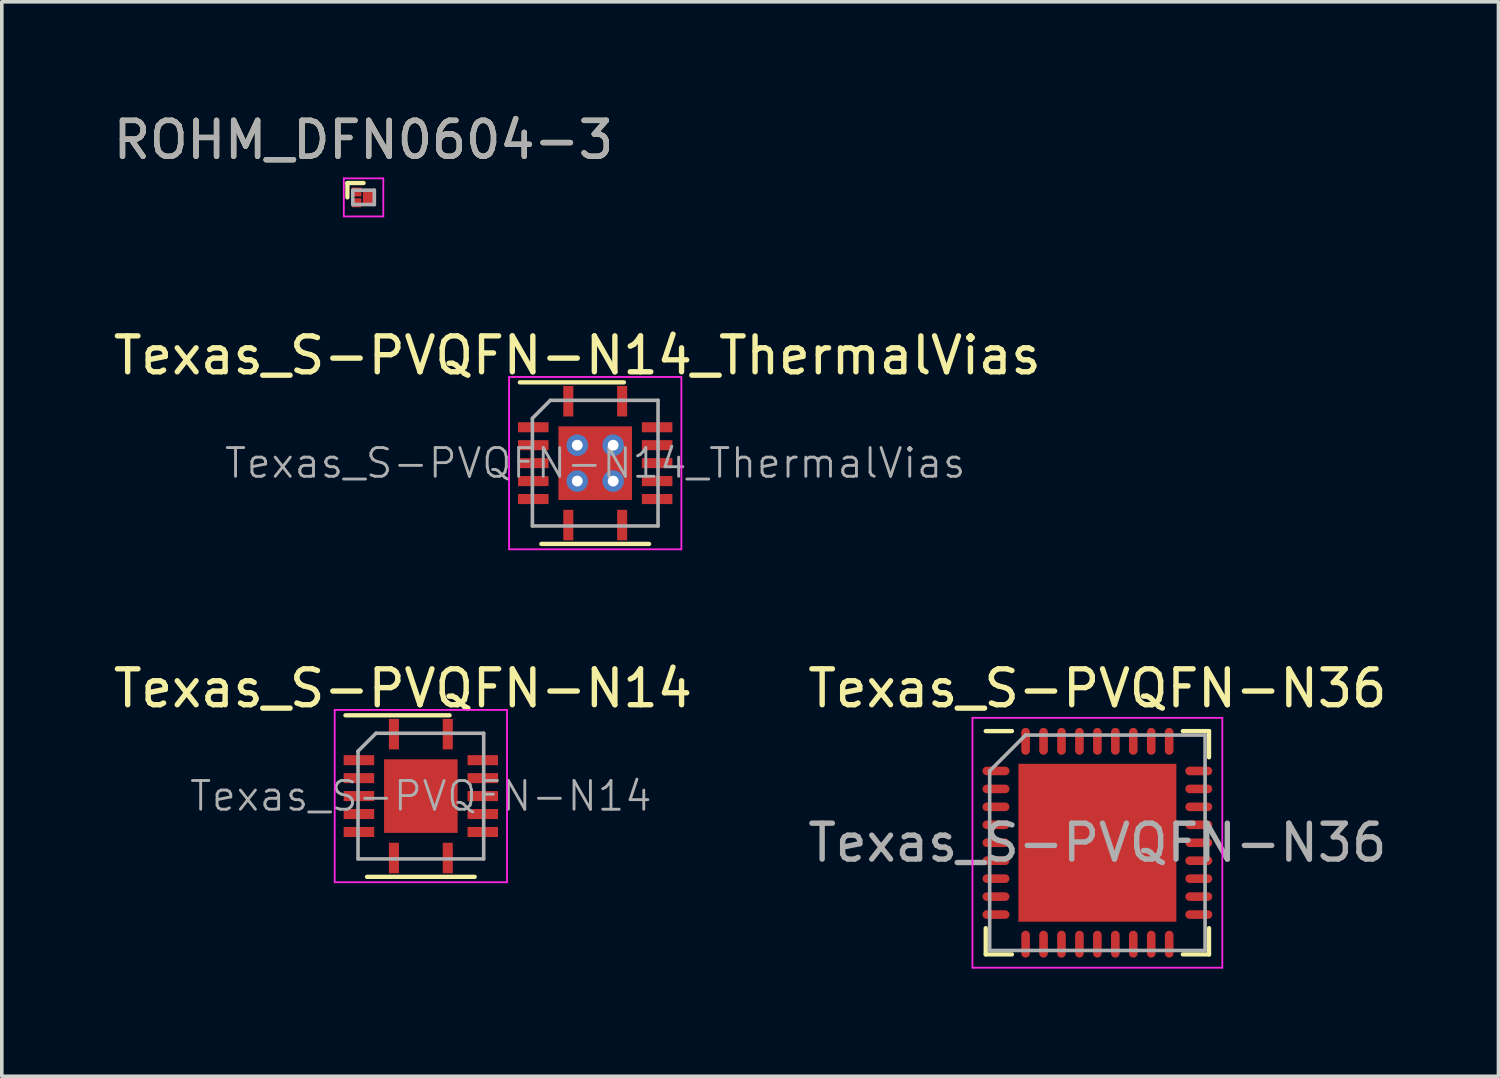
<source format=kicad_pcb>
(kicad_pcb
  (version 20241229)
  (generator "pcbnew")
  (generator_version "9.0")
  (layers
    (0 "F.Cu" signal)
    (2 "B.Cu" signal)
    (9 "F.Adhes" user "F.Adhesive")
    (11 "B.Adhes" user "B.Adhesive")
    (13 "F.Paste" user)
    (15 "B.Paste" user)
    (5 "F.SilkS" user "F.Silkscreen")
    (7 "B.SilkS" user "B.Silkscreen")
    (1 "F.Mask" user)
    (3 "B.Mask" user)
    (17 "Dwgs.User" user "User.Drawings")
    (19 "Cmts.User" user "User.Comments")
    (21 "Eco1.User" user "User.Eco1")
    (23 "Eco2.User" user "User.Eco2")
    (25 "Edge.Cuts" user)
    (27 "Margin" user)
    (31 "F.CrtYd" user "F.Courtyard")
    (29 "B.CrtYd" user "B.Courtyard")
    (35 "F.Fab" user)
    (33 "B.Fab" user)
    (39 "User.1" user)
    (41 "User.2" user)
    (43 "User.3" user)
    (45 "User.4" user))
  (footprint "Texas_S-PVQFN-N14_ThermalVias"
    (layer "F.Cu")
    (at 13.53 9.851)
    (property "Reference" "Texas_S-PVQFN-N14_ThermalVias" (at -0.5 -3 0) (layer "F.SilkS") (effects (font (size 1 1) (thickness 0.15))))
    (attr smd)
    (fp_line (start -1.5 2.25) (end 1.5 2.25) (stroke (width 0.12) (type solid)) (layer "F.SilkS"))
    (fp_line (start 0.8 -2.25) (end -2.1 -2.25) (stroke (width 0.12) (type solid)) (layer "F.SilkS"))
    (fp_line (start -2.4 -2.4) (end 2.4 -2.4) (stroke (width 0.05) (type solid)) (layer "F.CrtYd"))
    (fp_line (start -2.4 2.4) (end -2.4 -2.4) (stroke (width 0.05) (type solid)) (layer "F.CrtYd"))
    (fp_line (start 2.4 -2.4) (end 2.4 2.4) (stroke (width 0.05) (type solid)) (layer "F.CrtYd"))
    (fp_line (start 2.4 2.4) (end -2.4 2.4) (stroke (width 0.05) (type solid)) (layer "F.CrtYd"))
    (fp_line (start -1.75 1.75) (end -1.75 -1.25) (stroke (width 0.1) (type solid)) (layer "F.Fab"))
    (fp_line (start -1.25 -1.75) (end -1.75 -1.25) (stroke (width 0.1) (type solid)) (layer "F.Fab"))
    (fp_line (start -1.25 -1.75) (end 1.75 -1.75) (stroke (width 0.1) (type solid)) (layer "F.Fab"))
    (fp_line (start 1.75 -1.75) (end 1.75 1.75) (stroke (width 0.1) (type solid)) (layer "F.Fab"))
    (fp_line (start 1.75 1.75) (end -1.75 1.75) (stroke (width 0.1) (type solid)) (layer "F.Fab"))
    (fp_text user "${REFERENCE}" (at 0 0 0) (layer "F.Fab") (effects (font (size 0.8 0.8) (thickness 0.08))))
    (pad "" smd rect (at -0.56 -0.56 270) (size 0.82 0.82) (layers "F.Paste"))
    (pad "" smd rect (at -0.56 0.56 270) (size 0.82 0.82) (layers "F.Paste"))
    (pad "" smd rect (at 0.56 -0.56 270) (size 0.82 0.82) (layers "F.Paste"))
    (pad "" smd rect (at 0.56 0.56 270) (size 0.82 0.82) (layers "F.Paste"))
    (pad "1" smd rect (at -0.75 -1.725 270) (size 0.85 0.28) (layers "F.Cu" "F.Mask" "F.Paste"))
    (pad "2" smd rect (at -1.725 -1 270) (size 0.28 0.85) (layers "F.Cu" "F.Mask" "F.Paste"))
    (pad "3" smd rect (at -1.725 -0.5 270) (size 0.28 0.85) (layers "F.Cu" "F.Mask" "F.Paste"))
    (pad "4" smd rect (at -1.725 0 270) (size 0.28 0.85) (layers "F.Cu" "F.Mask" "F.Paste"))
    (pad "5" smd rect (at -1.725 0.5 270) (size 0.28 0.85) (layers "F.Cu" "F.Mask" "F.Paste"))
    (pad "6" smd rect (at -1.725 1 270) (size 0.28 0.85) (layers "F.Cu" "F.Mask" "F.Paste"))
    (pad "7" smd rect (at -0.75 1.725 270) (size 0.85 0.28) (layers "F.Cu" "F.Mask" "F.Paste"))
    (pad "8" smd rect (at 0.75 1.725 270) (size 0.85 0.28) (layers "F.Cu" "F.Mask" "F.Paste"))
    (pad "9" smd rect (at 1.725 1 270) (size 0.28 0.85) (layers "F.Cu" "F.Mask" "F.Paste"))
    (pad "10" smd rect (at 1.725 0.5 270) (size 0.28 0.85) (layers "F.Cu" "F.Mask" "F.Paste"))
    (pad "11" smd rect (at 1.725 0 270) (size 0.28 0.85) (layers "F.Cu" "F.Mask" "F.Paste"))
    (pad "12" smd rect (at 1.725 -0.5 270) (size 0.28 0.85) (layers "F.Cu" "F.Mask" "F.Paste"))
    (pad "13" smd rect (at 1.725 -1 270) (size 0.28 0.85) (layers "F.Cu" "F.Mask" "F.Paste"))
    (pad "14" smd rect (at 0.75 -1.725 270) (size 0.85 0.28) (layers "F.Cu" "F.Mask" "F.Paste"))
    (pad "15" thru_hole circle (at -0.5 -0.5 270) (size 0.6 0.6) (drill 0.3) (layers "*.Cu" "F.Mask"))
    (pad "15" thru_hole circle (at -0.5 0.5 270) (size 0.6 0.6) (drill 0.3) (layers "*.Cu" "F.Mask"))
    (pad "15" smd rect (at 0 0 270) (size 2.05 2.05) (layers "F.Cu" "F.Mask"))
    (pad "15" thru_hole circle (at 0.5 -0.5 270) (size 0.6 0.6) (drill 0.3) (layers "*.Cu" "F.Mask"))
    (pad "15" thru_hole circle (at 0.5 0.5 270) (size 0.6 0.6) (drill 0.3) (layers "*.Cu" "F.Mask")))
  (footprint "Texas_S-PVQFN-N14"
    (layer "F.Cu")
    (at 8.673 19.125)
    (property "Reference" "Texas_S-PVQFN-N14" (at -0.5 -3 0) (layer "F.SilkS") (effects (font (size 1 1) (thickness 0.15))))
    (attr smd)
    (fp_line (start -1.5 2.25) (end 1.5 2.25) (stroke (width 0.12) (type solid)) (layer "F.SilkS"))
    (fp_line (start 0.8 -2.25) (end -2.1 -2.25) (stroke (width 0.12) (type solid)) (layer "F.SilkS"))
    (fp_line (start -2.4 -2.4) (end 2.4 -2.4) (stroke (width 0.05) (type solid)) (layer "F.CrtYd"))
    (fp_line (start -2.4 2.4) (end -2.4 -2.4) (stroke (width 0.05) (type solid)) (layer "F.CrtYd"))
    (fp_line (start 2.4 -2.4) (end 2.4 2.4) (stroke (width 0.05) (type solid)) (layer "F.CrtYd"))
    (fp_line (start 2.4 2.4) (end -2.4 2.4) (stroke (width 0.05) (type solid)) (layer "F.CrtYd"))
    (fp_line (start -1.75 1.75) (end -1.75 -1.25) (stroke (width 0.1) (type solid)) (layer "F.Fab"))
    (fp_line (start -1.25 -1.75) (end -1.75 -1.25) (stroke (width 0.1) (type solid)) (layer "F.Fab"))
    (fp_line (start -1.25 -1.75) (end 1.75 -1.75) (stroke (width 0.1) (type solid)) (layer "F.Fab"))
    (fp_line (start 1.75 -1.75) (end 1.75 1.75) (stroke (width 0.1) (type solid)) (layer "F.Fab"))
    (fp_line (start 1.75 1.75) (end -1.75 1.75) (stroke (width 0.1) (type solid)) (layer "F.Fab"))
    (fp_text user "${REFERENCE}" (at 0 0 0) (layer "F.Fab") (effects (font (size 0.8 0.8) (thickness 0.08))))
    (pad "" smd rect (at -0.56 -0.56 270) (size 0.82 0.82) (layers "F.Paste"))
    (pad "" smd rect (at -0.56 0.56 270) (size 0.82 0.82) (layers "F.Paste"))
    (pad "" smd rect (at 0.56 -0.56 270) (size 0.82 0.82) (layers "F.Paste"))
    (pad "" smd rect (at 0.56 0.56 270) (size 0.82 0.82) (layers "F.Paste"))
    (pad "1" smd rect (at -0.75 -1.725 270) (size 0.85 0.28) (layers "F.Cu" "F.Mask" "F.Paste"))
    (pad "2" smd rect (at -1.725 -1 270) (size 0.28 0.85) (layers "F.Cu" "F.Mask" "F.Paste"))
    (pad "3" smd rect (at -1.725 -0.5 270) (size 0.28 0.85) (layers "F.Cu" "F.Mask" "F.Paste"))
    (pad "4" smd rect (at -1.725 0 270) (size 0.28 0.85) (layers "F.Cu" "F.Mask" "F.Paste"))
    (pad "5" smd rect (at -1.725 0.5 270) (size 0.28 0.85) (layers "F.Cu" "F.Mask" "F.Paste"))
    (pad "6" smd rect (at -1.725 1 270) (size 0.28 0.85) (layers "F.Cu" "F.Mask" "F.Paste"))
    (pad "7" smd rect (at -0.75 1.725 270) (size 0.85 0.28) (layers "F.Cu" "F.Mask" "F.Paste"))
    (pad "8" smd rect (at 0.75 1.725 270) (size 0.85 0.28) (layers "F.Cu" "F.Mask" "F.Paste"))
    (pad "9" smd rect (at 1.725 1 270) (size 0.28 0.85) (layers "F.Cu" "F.Mask" "F.Paste"))
    (pad "10" smd rect (at 1.725 0.5 270) (size 0.28 0.85) (layers "F.Cu" "F.Mask" "F.Paste"))
    (pad "11" smd rect (at 1.725 0 270) (size 0.28 0.85) (layers "F.Cu" "F.Mask" "F.Paste"))
    (pad "12" smd rect (at 1.725 -0.5 270) (size 0.28 0.85) (layers "F.Cu" "F.Mask" "F.Paste"))
    (pad "13" smd rect (at 1.725 -1 270) (size 0.28 0.85) (layers "F.Cu" "F.Mask" "F.Paste"))
    (pad "14" smd rect (at 0.75 -1.725 270) (size 0.85 0.28) (layers "F.Cu" "F.Mask" "F.Paste"))
    (pad "15" smd rect (at 0 0 270) (size 2.05 2.05) (layers "F.Cu" "F.Mask")))
  (footprint "ROHM_DFN0604-3"
    (layer "F.Cu")
    (at 7.077 2.448)
    (property "Reference" "ROHM_DFN0604-3" (at 0 -1.6 0) (layer "F.SilkS") (effects (font (size 1 1) (thickness 0.15))))
    (attr smd)
    (fp_line (start -0.45 -0.4) (end -0.45 0) (stroke (width 0.12) (type solid)) (layer "F.SilkS"))
    (fp_line (start -0.4 -0.4) (end -0.45 -0.4) (stroke (width 0.12) (type solid)) (layer "F.SilkS"))
    (fp_line (start 0 -0.4) (end -0.4 -0.4) (stroke (width 0.12) (type solid)) (layer "F.SilkS"))
    (fp_line (start -0.55 -0.53) (end 0.55 -0.53) (stroke (width 0.05) (type solid)) (layer "F.CrtYd"))
    (fp_line (start -0.55 0.53) (end -0.55 -0.53) (stroke (width 0.05) (type solid)) (layer "F.CrtYd"))
    (fp_line (start 0.55 -0.53) (end 0.55 0.53) (stroke (width 0.05) (type solid)) (layer "F.CrtYd"))
    (fp_line (start 0.55 0.53) (end -0.55 0.53) (stroke (width 0.05) (type solid)) (layer "F.CrtYd"))
    (fp_line (start -0.3 -0.2) (end 0.3 -0.2) (stroke (width 0.1) (type solid)) (layer "F.Fab"))
    (fp_line (start -0.3 0.2) (end -0.3 -0.2) (stroke (width 0.1) (type solid)) (layer "F.Fab"))
    (fp_line (start 0.3 -0.2) (end 0.3 0.2) (stroke (width 0.1) (type solid)) (layer "F.Fab"))
    (fp_line (start 0.3 0.2) (end -0.3 0.2) (stroke (width 0.1) (type solid)) (layer "F.Fab"))
    (fp_text user "${REFERENCE}" (at 0 -1.6 0) (layer "F.Fab") (effects (font (size 1 1) (thickness 0.15))))
    (pad "1" smd rect (at -0.195 -0.15 270) (size 0.25 0.27) (layers "F.Cu" "F.Mask" "F.Paste"))
    (pad "2" smd rect (at -0.195 0.15 270) (size 0.25 0.27) (layers "F.Cu" "F.Mask" "F.Paste"))
    (pad "3" smd rect (at 0.155 0 270) (size 0.35 0.35) (layers "F.Cu" "F.Mask" "F.Paste")))
  (footprint "Texas_S-PVQFN-N36"
    (layer "F.Cu")
    (at 27.518 20.425)
    (property "Reference" "Texas_S-PVQFN-N36" (at 0 -4.3 0) (layer "F.SilkS") (effects (font (size 1 1) (thickness 0.15))))
    (attr smd)
    (fp_line (start -3.11 3.11) (end -3.11 2.38) (stroke (width 0.12) (type solid)) (layer "F.SilkS"))
    (fp_line (start -3.11 3.11) (end -2.38 3.11) (stroke (width 0.12) (type solid)) (layer "F.SilkS"))
    (fp_line (start -2.38 -3.11) (end -3.11 -3.11) (stroke (width 0.12) (type solid)) (layer "F.SilkS"))
    (fp_line (start 3.11 -3.11) (end 2.38 -3.11) (stroke (width 0.12) (type solid)) (layer "F.SilkS"))
    (fp_line (start 3.11 -3.11) (end 3.11 -2.38) (stroke (width 0.12) (type solid)) (layer "F.SilkS"))
    (fp_line (start 3.11 3.11) (end 2.38 3.11) (stroke (width 0.12) (type solid)) (layer "F.SilkS"))
    (fp_line (start 3.11 3.11) (end 3.11 2.38) (stroke (width 0.12) (type solid)) (layer "F.SilkS"))
    (fp_line (start -3.48 -3.48) (end -3.48 3.48) (stroke (width 0.05) (type solid)) (layer "F.CrtYd"))
    (fp_line (start -3.48 -3.48) (end 3.48 -3.48) (stroke (width 0.05) (type solid)) (layer "F.CrtYd"))
    (fp_line (start -3.48 3.48) (end 3.48 3.48) (stroke (width 0.05) (type solid)) (layer "F.CrtYd"))
    (fp_line (start 3.48 -3.48) (end 3.48 3.48) (stroke (width 0.05) (type solid)) (layer "F.CrtYd"))
    (fp_line (start -3 -2) (end -2 -3) (stroke (width 0.1) (type solid)) (layer "F.Fab"))
    (fp_line (start -3 3) (end -3 -2) (stroke (width 0.1) (type solid)) (layer "F.Fab"))
    (fp_line (start -2 -3) (end 3 -3) (stroke (width 0.1) (type solid)) (layer "F.Fab"))
    (fp_line (start 3 -3) (end 3 3) (stroke (width 0.1) (type solid)) (layer "F.Fab"))
    (fp_line (start 3 3) (end -3 3) (stroke (width 0.1) (type solid)) (layer "F.Fab"))
    (fp_text user "${REFERENCE}" (at 0 0 0) (layer "F.Fab") (effects (font (size 1 1) (thickness 0.15))))
    (pad "" smd rect (at -1.43 -1.43) (size 1.23 1.23) (layers "F.Paste"))
    (pad "" smd rect (at -1.43 0) (size 1.23 1.23) (layers "F.Paste"))
    (pad "" smd rect (at -1.43 1.43) (size 1.23 1.23) (layers "F.Paste"))
    (pad "" smd rect (at 0 -1.43) (size 1.23 1.23) (layers "F.Paste"))
    (pad "" smd rect (at 0 0) (size 1.23 1.23) (layers "F.Paste"))
    (pad "" smd rect (at 0 1.43) (size 1.23 1.23) (layers "F.Paste"))
    (pad "" smd rect (at 1.43 -1.43) (size 1.23 1.23) (layers "F.Paste"))
    (pad "" smd rect (at 1.43 0) (size 1.23 1.23) (layers "F.Paste"))
    (pad "" smd rect (at 1.43 1.43) (size 1.23 1.23) (layers "F.Paste"))
    (pad "1" smd oval (at -2.825 -2) (size 0.75 0.24) (layers "F.Cu" "F.Mask" "F.Paste"))
    (pad "2" smd oval (at -2.825 -1.5) (size 0.75 0.24) (layers "F.Cu" "F.Mask" "F.Paste"))
    (pad "3" smd oval (at -2.825 -1) (size 0.75 0.24) (layers "F.Cu" "F.Mask" "F.Paste"))
    (pad "4" smd oval (at -2.825 -0.5) (size 0.75 0.24) (layers "F.Cu" "F.Mask" "F.Paste"))
    (pad "5" smd oval (at -2.825 0) (size 0.75 0.24) (layers "F.Cu" "F.Mask" "F.Paste"))
    (pad "6" smd oval (at -2.825 0.5) (size 0.75 0.24) (layers "F.Cu" "F.Mask" "F.Paste"))
    (pad "7" smd oval (at -2.825 1) (size 0.75 0.24) (layers "F.Cu" "F.Mask" "F.Paste"))
    (pad "8" smd oval (at -2.825 1.5) (size 0.75 0.24) (layers "F.Cu" "F.Mask" "F.Paste"))
    (pad "9" smd oval (at -2.825 2) (size 0.75 0.24) (layers "F.Cu" "F.Mask" "F.Paste"))
    (pad "10" smd oval (at -2 2.825 90) (size 0.75 0.24) (layers "F.Cu" "F.Mask" "F.Paste"))
    (pad "11" smd oval (at -1.5 2.825 90) (size 0.75 0.24) (layers "F.Cu" "F.Mask" "F.Paste"))
    (pad "12" smd oval (at -1 2.825 90) (size 0.75 0.24) (layers "F.Cu" "F.Mask" "F.Paste"))
    (pad "13" smd oval (at -0.5 2.825 90) (size 0.75 0.24) (layers "F.Cu" "F.Mask" "F.Paste"))
    (pad "14" smd oval (at 0 2.825 90) (size 0.75 0.24) (layers "F.Cu" "F.Mask" "F.Paste"))
    (pad "15" smd oval (at 0.5 2.825 90) (size 0.75 0.24) (layers "F.Cu" "F.Mask" "F.Paste"))
    (pad "16" smd oval (at 1 2.825 90) (size 0.75 0.24) (layers "F.Cu" "F.Mask" "F.Paste"))
    (pad "17" smd oval (at 1.5 2.825 90) (size 0.75 0.24) (layers "F.Cu" "F.Mask" "F.Paste"))
    (pad "18" smd oval (at 2 2.825 90) (size 0.75 0.24) (layers "F.Cu" "F.Mask" "F.Paste"))
    (pad "19" smd oval (at 2.825 2) (size 0.75 0.24) (layers "F.Cu" "F.Mask" "F.Paste"))
    (pad "20" smd oval (at 2.825 1.5) (size 0.75 0.24) (layers "F.Cu" "F.Mask" "F.Paste"))
    (pad "21" smd oval (at 2.825 1) (size 0.75 0.24) (layers "F.Cu" "F.Mask" "F.Paste"))
    (pad "22" smd oval (at 2.825 0.5) (size 0.75 0.24) (layers "F.Cu" "F.Mask" "F.Paste"))
    (pad "23" smd oval (at 2.825 0) (size 0.75 0.24) (layers "F.Cu" "F.Mask" "F.Paste"))
    (pad "24" smd oval (at 2.825 -0.5) (size 0.75 0.24) (layers "F.Cu" "F.Mask" "F.Paste"))
    (pad "25" smd oval (at 2.825 -1) (size 0.75 0.24) (layers "F.Cu" "F.Mask" "F.Paste"))
    (pad "26" smd oval (at 2.825 -1.5) (size 0.75 0.24) (layers "F.Cu" "F.Mask" "F.Paste"))
    (pad "27" smd oval (at 2.825 -2) (size 0.75 0.24) (layers "F.Cu" "F.Mask" "F.Paste"))
    (pad "28" smd oval (at 2 -2.825 90) (size 0.75 0.24) (layers "F.Cu" "F.Mask" "F.Paste"))
    (pad "29" smd oval (at 1.5 -2.825 90) (size 0.75 0.24) (layers "F.Cu" "F.Mask" "F.Paste"))
    (pad "30" smd oval (at 1 -2.825 90) (size 0.75 0.24) (layers "F.Cu" "F.Mask" "F.Paste"))
    (pad "31" smd oval (at 0.5 -2.825 90) (size 0.75 0.24) (layers "F.Cu" "F.Mask" "F.Paste"))
    (pad "32" smd oval (at 0 -2.825 90) (size 0.75 0.24) (layers "F.Cu" "F.Mask" "F.Paste"))
    (pad "33" smd oval (at -0.5 -2.825 90) (size 0.75 0.24) (layers "F.Cu" "F.Mask" "F.Paste"))
    (pad "34" smd oval (at -1 -2.825 90) (size 0.75 0.24) (layers "F.Cu" "F.Mask" "F.Paste"))
    (pad "35" smd oval (at -1.5 -2.825 90) (size 0.75 0.24) (layers "F.Cu" "F.Mask" "F.Paste"))
    (pad "36" smd oval (at -2 -2.825 90) (size 0.75 0.24) (layers "F.Cu" "F.Mask" "F.Paste"))
    (pad "37" smd rect (at 0 0) (size 4.4 4.4) (layers "F.Cu" "F.Mask")))
  (gr_rect
    (start -3 -3)
    (end 38.69 26.93)
    (stroke (width 0.1) (type default))
    (fill no)
    (layer "Edge.Cuts")))
</source>
